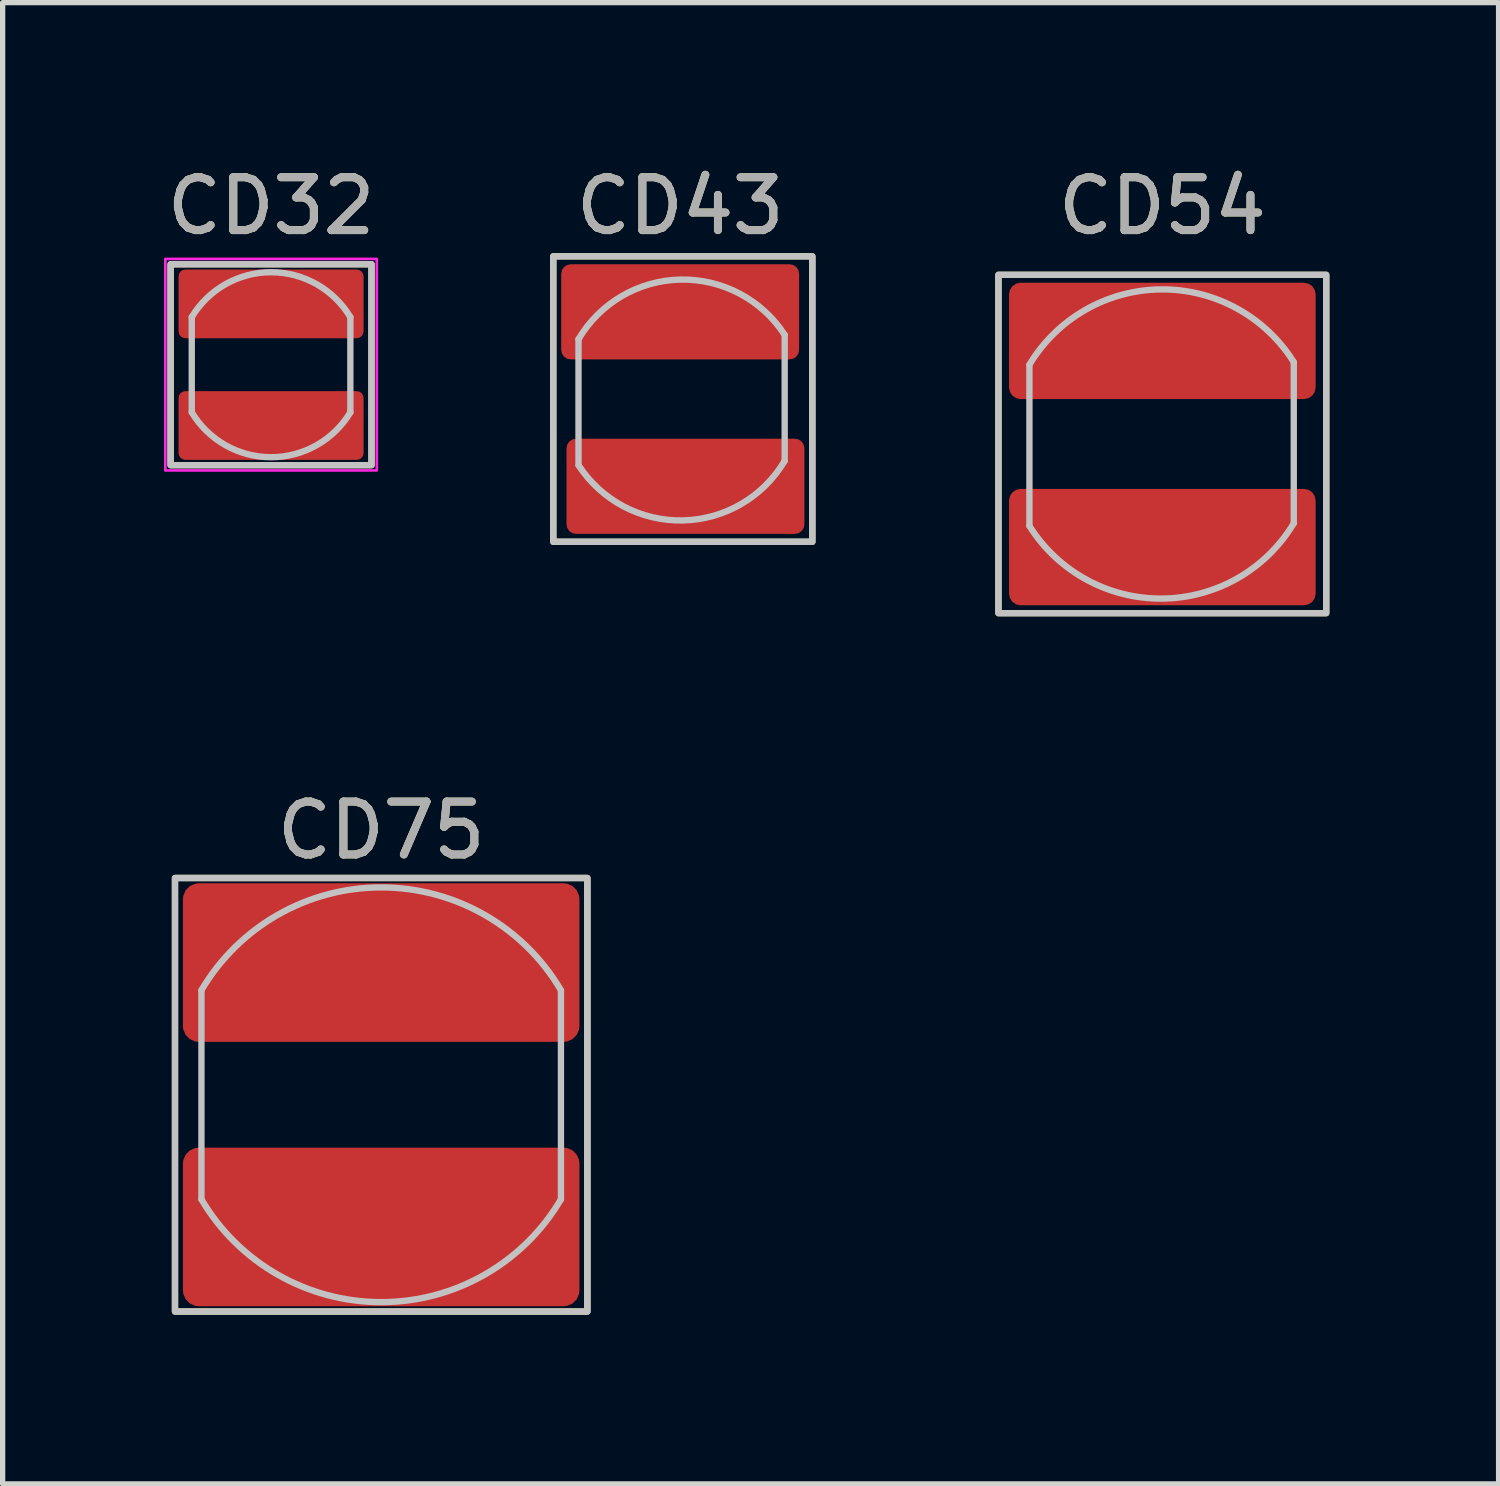
<source format=kicad_pcb>
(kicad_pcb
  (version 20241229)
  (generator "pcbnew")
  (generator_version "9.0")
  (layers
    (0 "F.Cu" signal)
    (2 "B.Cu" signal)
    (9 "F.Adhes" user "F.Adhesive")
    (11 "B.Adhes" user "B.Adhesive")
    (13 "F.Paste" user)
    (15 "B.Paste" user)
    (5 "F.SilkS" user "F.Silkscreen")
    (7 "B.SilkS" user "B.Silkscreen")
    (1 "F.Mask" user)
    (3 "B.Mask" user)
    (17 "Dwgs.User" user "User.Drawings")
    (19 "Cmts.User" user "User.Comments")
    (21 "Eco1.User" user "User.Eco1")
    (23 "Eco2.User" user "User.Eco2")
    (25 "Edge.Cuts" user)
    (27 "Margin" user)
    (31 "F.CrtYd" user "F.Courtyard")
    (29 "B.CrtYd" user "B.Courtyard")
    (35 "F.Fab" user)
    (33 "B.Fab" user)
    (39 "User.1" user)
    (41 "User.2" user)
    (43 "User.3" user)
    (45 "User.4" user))
  (footprint "CD32"
    (layer "F.Cu")
    (at 2.077 3.848)
    (property "Reference" "CD32" (at 0 -3 0) (unlocked yes) (layer "F.SilkS") (effects (font (size 1 1) (thickness 0.15))))
    (attr smd)
    (fp_rect (start -1.9 -1.9) (end 1.9 1.9) (stroke (width 0.12) (type solid)) (fill no) (layer "F.SilkS"))
    (fp_line (start -1.5 -0.9) (end -1.5 0.901) (stroke (width 0.12) (type solid)) (layer "Dwgs.User"))
    (fp_line (start 1.5 -0.9) (end 1.5 0.901) (stroke (width 0.12) (type solid)) (layer "Dwgs.User"))
    (fp_rect (start -1.9 -1.9) (end 1.9 1.9) (stroke (width 0.12) (type solid)) (fill no) (layer "Dwgs.User"))
    (fp_arc (start -1.5 -0.9) (mid 0 -1.749286) (end 1.5 -0.9) (stroke (width 0.12) (type solid)) (layer "Dwgs.User"))
    (fp_arc (start 1.5 0.900714) (mid 0 1.75) (end -1.5 0.900714) (stroke (width 0.12) (type solid)) (layer "Dwgs.User"))
    (fp_rect (start -2 -2) (end 2 2) (stroke (width 0.05) (type solid)) (fill no) (layer "F.CrtYd"))
    (fp_text user "${REFERENCE}" (at 0 -3 0) (unlocked yes) (layer "F.Fab") (effects (font (size 1 1) (thickness 0.15))))
    (pad "1" smd roundrect (at 0 -1.15) (size 3.5 1.3) (layers "F.Cu" "F.Mask" "F.Paste") (roundrect_rratio 0.1))
    (pad "2" smd roundrect (at 0 1.15) (size 3.5 1.3) (layers "F.Cu" "F.Mask" "F.Paste") (roundrect_rratio 0.1)))
  (footprint "CD54"
    (layer "F.Cu")
    (at 18.935 5.348)
    (property "Reference" "CD54" (at 0 -4.5 0) (unlocked yes) (layer "F.SilkS") (effects (font (size 1 1) (thickness 0.15))))
    (attr smd)
    (fp_rect (start -3.1 -3.2) (end 3.1 3.2) (stroke (width 0.12) (type solid)) (fill no) (layer "F.SilkS"))
    (fp_line (start -2.514 -1.5) (end -2.514 1.55) (stroke (width 0.12) (type solid)) (layer "Dwgs.User"))
    (fp_line (start 2.486 1.5) (end 2.486 -1.55) (stroke (width 0.12) (type solid)) (layer "Dwgs.User"))
    (fp_rect (start -3.1 -3.2) (end 3.1 3.2) (stroke (width 0.12) (type solid)) (fill no) (layer "Dwgs.User"))
    (fp_arc (start -2.513988 -1.5) (mid -0.027978 -2.924016) (end 2.486011 -1.55) (stroke (width 0.12) (type solid)) (layer "Dwgs.User"))
    (fp_arc (start 2.48601 1.5) (mid 0 2.924017) (end -2.513989 1.55) (stroke (width 0.12) (type solid)) (layer "Dwgs.User"))
    (fp_rect (start -3.3 -3.4) (end 3.3 3.4) (stroke (width 0.12) (type solid)) (fill no) (layer "Margin"))
    (fp_text user "${REFERENCE}" (at 0 -4.5 0) (unlocked yes) (layer "F.Fab") (effects (font (size 1 1) (thickness 0.15))))
    (pad "1" smd roundrect (at 0 -1.95) (size 5.8 2.2) (layers "F.Cu" "F.Mask" "F.Paste") (roundrect_rratio 0.1))
    (pad "2" smd roundrect (at 0 1.95) (size 5.8 2.2) (layers "F.Cu" "F.Mask" "F.Paste") (roundrect_rratio 0.1)))
  (footprint "CD75"
    (layer "F.Cu")
    (at 4.16 17.657)
    (property "Reference" "CD75" (at 0 -5 0) (unlocked yes) (layer "F.SilkS") (effects (font (size 1 1) (thickness 0.15))))
    (attr smd)
    (fp_rect (start -3.9 -4.1) (end 3.9 4.1) (stroke (width 0.12) (type solid)) (fill no) (layer "F.SilkS"))
    (fp_line (start -3.4 1.978) (end -3.4 -1.978) (stroke (width 0.12) (type solid)) (layer "Dwgs.User"))
    (fp_line (start 3.4 -1.978) (end 3.4 1.978) (stroke (width 0.12) (type solid)) (layer "Dwgs.User"))
    (fp_rect (start -3.9 -4.1) (end 3.9 4.1) (stroke (width 0.12) (type solid)) (fill no) (layer "Dwgs.User"))
    (fp_arc (start -3.399999 -1.977695) (mid 0.000001 -3.922306) (end 3.4 -1.977695) (stroke (width 0.12) (type solid)) (layer "Dwgs.User"))
    (fp_arc (start 3.399999 1.977695) (mid -0.000001 3.922306) (end -3.4 1.977695) (stroke (width 0.12) (type solid)) (layer "Dwgs.User"))
    (fp_rect (start -4.1 -4.3) (end 4.1 4.3) (stroke (width 0.12) (type solid)) (fill no) (layer "Margin"))
    (fp_text user "${REFERENCE}" (at 0 -5 0) (unlocked yes) (layer "F.Fab") (effects (font (size 1 1) (thickness 0.15))))
    (pad "1" smd roundrect (at 0 -2.5) (size 7.5 3) (layers "F.Cu" "F.Mask" "F.Paste") (roundrect_rratio 0.1))
    (pad "2" smd roundrect (at 0 2.5) (size 7.5 3) (layers "F.Cu" "F.Mask" "F.Paste") (roundrect_rratio 0.1)))
  (footprint "CD43"
    (layer "F.Cu")
    (at 9.815 4.498)
    (property "Reference" "CD43" (at 0 -3.65 0) (unlocked yes) (layer "F.SilkS") (effects (font (size 1 1) (thickness 0.15))))
    (attr smd)
    (fp_rect (start -2.4 -2.7) (end 2.5 2.7) (stroke (width 0.12) (type solid)) (fill no) (layer "F.SilkS"))
    (fp_line (start -1.923 1.25) (end -1.923 -1.132) (stroke (width 0.12) (type solid)) (layer "Dwgs.User"))
    (fp_line (start 1.977 -1.214) (end 1.977 1.168) (stroke (width 0.12) (type solid)) (layer "Dwgs.User"))
    (fp_rect (start -2.4 -2.7) (end 2.5 2.7) (stroke (width 0.12) (type solid)) (fill no) (layer "Dwgs.User"))
    (fp_arc (start -1.922841 -1.131965) (mid 0.004317 -2.259782) (end 1.977159 -1.21393) (stroke (width 0.12) (type solid)) (layer "Dwgs.User"))
    (fp_arc (start 1.977159 1.168035) (mid 0.05 2.295853) (end -1.922841 1.25) (stroke (width 0.12) (type solid)) (layer "Dwgs.User"))
    (fp_rect (start -2.6 -2.9) (end 2.7 2.9) (stroke (width 0.12) (type solid)) (fill no) (layer "Margin"))
    (fp_text user "${REFERENCE}" (at 0 -3.65 0) (unlocked yes) (layer "F.Fab") (effects (font (size 1 1) (thickness 0.15))))
    (pad "1" smd roundrect (at 0 -1.65) (size 4.5 1.8) (layers "F.Cu" "F.Mask" "F.Paste") (roundrect_rratio 0.1))
    (pad "2" smd roundrect (at 0.1 1.65) (size 4.5 1.8) (layers "F.Cu" "F.Mask" "F.Paste") (roundrect_rratio 0.1)))
  (gr_rect
    (start -3 -3)
    (end 25.295 25.017)
    (stroke (width 0.1) (type default))
    (fill no)
    (layer "Edge.Cuts")))
</source>
